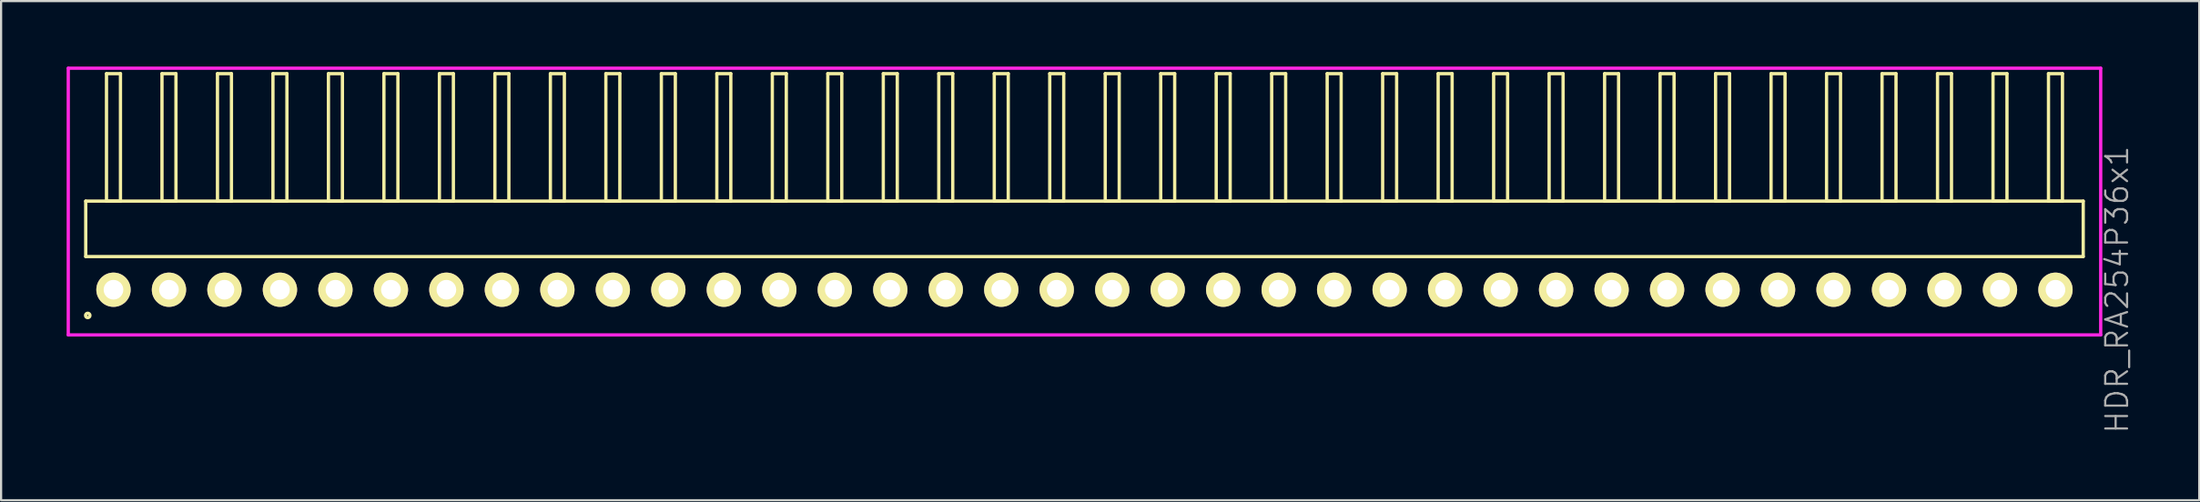
<source format=kicad_pcb>
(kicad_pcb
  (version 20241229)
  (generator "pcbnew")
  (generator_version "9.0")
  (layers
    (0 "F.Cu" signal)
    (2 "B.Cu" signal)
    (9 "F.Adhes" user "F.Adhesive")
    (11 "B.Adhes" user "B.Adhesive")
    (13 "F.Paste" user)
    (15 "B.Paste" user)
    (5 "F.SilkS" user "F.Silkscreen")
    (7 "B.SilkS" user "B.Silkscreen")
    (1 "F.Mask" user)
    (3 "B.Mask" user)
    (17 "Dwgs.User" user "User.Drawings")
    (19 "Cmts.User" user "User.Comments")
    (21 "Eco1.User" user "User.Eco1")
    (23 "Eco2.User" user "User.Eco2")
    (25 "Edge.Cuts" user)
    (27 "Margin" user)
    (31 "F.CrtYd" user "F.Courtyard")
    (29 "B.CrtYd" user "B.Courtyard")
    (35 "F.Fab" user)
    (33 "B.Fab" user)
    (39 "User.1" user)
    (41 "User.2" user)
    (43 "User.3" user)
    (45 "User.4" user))
  (footprint "HDR_RA254P36x1"
    (layer "F.Cu")
    (at 46.595 10.225)
    (property "Reference" "HDR_RA254P36x1" (at 47.27 0 90) (layer "F.Fab") (effects (font (size 1 1) (thickness 0.1))))
    (attr through_hole)
    (fp_line (start -45.72 -4.06) (end -45.72 -1.52) (stroke (width 0.15) (type solid)) (layer "F.SilkS"))
    (fp_line (start -45.72 -1.52) (end 45.72 -1.52) (stroke (width 0.15) (type solid)) (layer "F.SilkS"))
    (fp_line (start -44.77 -9.9) (end -44.77 -4.06) (stroke (width 0.15) (type solid)) (layer "F.SilkS"))
    (fp_line (start -44.77 -4.06) (end -44.13 -4.06) (stroke (width 0.15) (type solid)) (layer "F.SilkS"))
    (fp_line (start -44.13 -9.9) (end -44.77 -9.9) (stroke (width 0.15) (type solid)) (layer "F.SilkS"))
    (fp_line (start -44.13 -4.06) (end -44.13 -9.9) (stroke (width 0.15) (type solid)) (layer "F.SilkS"))
    (fp_line (start -42.23 -9.9) (end -42.23 -4.06) (stroke (width 0.15) (type solid)) (layer "F.SilkS"))
    (fp_line (start -42.23 -4.06) (end -41.59 -4.06) (stroke (width 0.15) (type solid)) (layer "F.SilkS"))
    (fp_line (start -41.59 -9.9) (end -42.23 -9.9) (stroke (width 0.15) (type solid)) (layer "F.SilkS"))
    (fp_line (start -41.59 -4.06) (end -41.59 -9.9) (stroke (width 0.15) (type solid)) (layer "F.SilkS"))
    (fp_line (start -39.69 -9.9) (end -39.69 -4.06) (stroke (width 0.15) (type solid)) (layer "F.SilkS"))
    (fp_line (start -39.69 -4.06) (end -39.05 -4.06) (stroke (width 0.15) (type solid)) (layer "F.SilkS"))
    (fp_line (start -39.05 -9.9) (end -39.69 -9.9) (stroke (width 0.15) (type solid)) (layer "F.SilkS"))
    (fp_line (start -39.05 -4.06) (end -39.05 -9.9) (stroke (width 0.15) (type solid)) (layer "F.SilkS"))
    (fp_line (start -37.15 -9.9) (end -37.15 -4.06) (stroke (width 0.15) (type solid)) (layer "F.SilkS"))
    (fp_line (start -37.15 -4.06) (end -36.51 -4.06) (stroke (width 0.15) (type solid)) (layer "F.SilkS"))
    (fp_line (start -36.51 -9.9) (end -37.15 -9.9) (stroke (width 0.15) (type solid)) (layer "F.SilkS"))
    (fp_line (start -36.51 -4.06) (end -36.51 -9.9) (stroke (width 0.15) (type solid)) (layer "F.SilkS"))
    (fp_line (start -34.61 -9.9) (end -34.61 -4.06) (stroke (width 0.15) (type solid)) (layer "F.SilkS"))
    (fp_line (start -34.61 -4.06) (end -33.97 -4.06) (stroke (width 0.15) (type solid)) (layer "F.SilkS"))
    (fp_line (start -33.97 -9.9) (end -34.61 -9.9) (stroke (width 0.15) (type solid)) (layer "F.SilkS"))
    (fp_line (start -33.97 -4.06) (end -33.97 -9.9) (stroke (width 0.15) (type solid)) (layer "F.SilkS"))
    (fp_line (start -32.07 -9.9) (end -32.07 -4.06) (stroke (width 0.15) (type solid)) (layer "F.SilkS"))
    (fp_line (start -32.07 -4.06) (end -31.43 -4.06) (stroke (width 0.15) (type solid)) (layer "F.SilkS"))
    (fp_line (start -31.43 -9.9) (end -32.07 -9.9) (stroke (width 0.15) (type solid)) (layer "F.SilkS"))
    (fp_line (start -31.43 -4.06) (end -31.43 -9.9) (stroke (width 0.15) (type solid)) (layer "F.SilkS"))
    (fp_line (start -29.53 -9.9) (end -29.53 -4.06) (stroke (width 0.15) (type solid)) (layer "F.SilkS"))
    (fp_line (start -29.53 -4.06) (end -28.89 -4.06) (stroke (width 0.15) (type solid)) (layer "F.SilkS"))
    (fp_line (start -28.89 -9.9) (end -29.53 -9.9) (stroke (width 0.15) (type solid)) (layer "F.SilkS"))
    (fp_line (start -28.89 -4.06) (end -28.89 -9.9) (stroke (width 0.15) (type solid)) (layer "F.SilkS"))
    (fp_line (start -26.99 -9.9) (end -26.99 -4.06) (stroke (width 0.15) (type solid)) (layer "F.SilkS"))
    (fp_line (start -26.99 -4.06) (end -26.35 -4.06) (stroke (width 0.15) (type solid)) (layer "F.SilkS"))
    (fp_line (start -26.35 -9.9) (end -26.99 -9.9) (stroke (width 0.15) (type solid)) (layer "F.SilkS"))
    (fp_line (start -26.35 -4.06) (end -26.35 -9.9) (stroke (width 0.15) (type solid)) (layer "F.SilkS"))
    (fp_line (start -24.45 -9.9) (end -24.45 -4.06) (stroke (width 0.15) (type solid)) (layer "F.SilkS"))
    (fp_line (start -24.45 -4.06) (end -23.81 -4.06) (stroke (width 0.15) (type solid)) (layer "F.SilkS"))
    (fp_line (start -23.81 -9.9) (end -24.45 -9.9) (stroke (width 0.15) (type solid)) (layer "F.SilkS"))
    (fp_line (start -23.81 -4.06) (end -23.81 -9.9) (stroke (width 0.15) (type solid)) (layer "F.SilkS"))
    (fp_line (start -21.91 -9.9) (end -21.91 -4.06) (stroke (width 0.15) (type solid)) (layer "F.SilkS"))
    (fp_line (start -21.91 -4.06) (end -21.27 -4.06) (stroke (width 0.15) (type solid)) (layer "F.SilkS"))
    (fp_line (start -21.27 -9.9) (end -21.91 -9.9) (stroke (width 0.15) (type solid)) (layer "F.SilkS"))
    (fp_line (start -21.27 -4.06) (end -21.27 -9.9) (stroke (width 0.15) (type solid)) (layer "F.SilkS"))
    (fp_line (start -19.37 -9.9) (end -19.37 -4.06) (stroke (width 0.15) (type solid)) (layer "F.SilkS"))
    (fp_line (start -19.37 -4.06) (end -18.73 -4.06) (stroke (width 0.15) (type solid)) (layer "F.SilkS"))
    (fp_line (start -18.73 -9.9) (end -19.37 -9.9) (stroke (width 0.15) (type solid)) (layer "F.SilkS"))
    (fp_line (start -18.73 -4.06) (end -18.73 -9.9) (stroke (width 0.15) (type solid)) (layer "F.SilkS"))
    (fp_line (start -16.83 -9.9) (end -16.83 -4.06) (stroke (width 0.15) (type solid)) (layer "F.SilkS"))
    (fp_line (start -16.83 -4.06) (end -16.19 -4.06) (stroke (width 0.15) (type solid)) (layer "F.SilkS"))
    (fp_line (start -16.19 -9.9) (end -16.83 -9.9) (stroke (width 0.15) (type solid)) (layer "F.SilkS"))
    (fp_line (start -16.19 -4.06) (end -16.19 -9.9) (stroke (width 0.15) (type solid)) (layer "F.SilkS"))
    (fp_line (start -14.29 -9.9) (end -14.29 -4.06) (stroke (width 0.15) (type solid)) (layer "F.SilkS"))
    (fp_line (start -14.29 -4.06) (end -13.65 -4.06) (stroke (width 0.15) (type solid)) (layer "F.SilkS"))
    (fp_line (start -13.65 -9.9) (end -14.29 -9.9) (stroke (width 0.15) (type solid)) (layer "F.SilkS"))
    (fp_line (start -13.65 -4.06) (end -13.65 -9.9) (stroke (width 0.15) (type solid)) (layer "F.SilkS"))
    (fp_line (start -11.75 -9.9) (end -11.75 -4.06) (stroke (width 0.15) (type solid)) (layer "F.SilkS"))
    (fp_line (start -11.75 -4.06) (end -11.11 -4.06) (stroke (width 0.15) (type solid)) (layer "F.SilkS"))
    (fp_line (start -11.11 -9.9) (end -11.75 -9.9) (stroke (width 0.15) (type solid)) (layer "F.SilkS"))
    (fp_line (start -11.11 -4.06) (end -11.11 -9.9) (stroke (width 0.15) (type solid)) (layer "F.SilkS"))
    (fp_line (start -9.21 -9.9) (end -9.21 -4.06) (stroke (width 0.15) (type solid)) (layer "F.SilkS"))
    (fp_line (start -9.21 -4.06) (end -8.57 -4.06) (stroke (width 0.15) (type solid)) (layer "F.SilkS"))
    (fp_line (start -8.57 -9.9) (end -9.21 -9.9) (stroke (width 0.15) (type solid)) (layer "F.SilkS"))
    (fp_line (start -8.57 -4.06) (end -8.57 -9.9) (stroke (width 0.15) (type solid)) (layer "F.SilkS"))
    (fp_line (start -6.67 -9.9) (end -6.67 -4.06) (stroke (width 0.15) (type solid)) (layer "F.SilkS"))
    (fp_line (start -6.67 -4.06) (end -6.03 -4.06) (stroke (width 0.15) (type solid)) (layer "F.SilkS"))
    (fp_line (start -6.03 -9.9) (end -6.67 -9.9) (stroke (width 0.15) (type solid)) (layer "F.SilkS"))
    (fp_line (start -6.03 -4.06) (end -6.03 -9.9) (stroke (width 0.15) (type solid)) (layer "F.SilkS"))
    (fp_line (start -4.13 -9.9) (end -4.13 -4.06) (stroke (width 0.15) (type solid)) (layer "F.SilkS"))
    (fp_line (start -4.13 -4.06) (end -3.49 -4.06) (stroke (width 0.15) (type solid)) (layer "F.SilkS"))
    (fp_line (start -3.49 -9.9) (end -4.13 -9.9) (stroke (width 0.15) (type solid)) (layer "F.SilkS"))
    (fp_line (start -3.49 -4.06) (end -3.49 -9.9) (stroke (width 0.15) (type solid)) (layer "F.SilkS"))
    (fp_line (start -1.59 -9.9) (end -1.59 -4.06) (stroke (width 0.15) (type solid)) (layer "F.SilkS"))
    (fp_line (start -1.59 -4.06) (end -0.95 -4.06) (stroke (width 0.15) (type solid)) (layer "F.SilkS"))
    (fp_line (start -0.95 -9.9) (end -1.59 -9.9) (stroke (width 0.15) (type solid)) (layer "F.SilkS"))
    (fp_line (start -0.95 -4.06) (end -0.95 -9.9) (stroke (width 0.15) (type solid)) (layer "F.SilkS"))
    (fp_line (start 0.95 -9.9) (end 0.95 -4.06) (stroke (width 0.15) (type solid)) (layer "F.SilkS"))
    (fp_line (start 0.95 -4.06) (end 1.59 -4.06) (stroke (width 0.15) (type solid)) (layer "F.SilkS"))
    (fp_line (start 1.59 -9.9) (end 0.95 -9.9) (stroke (width 0.15) (type solid)) (layer "F.SilkS"))
    (fp_line (start 1.59 -4.06) (end 1.59 -9.9) (stroke (width 0.15) (type solid)) (layer "F.SilkS"))
    (fp_line (start 3.49 -9.9) (end 3.49 -4.06) (stroke (width 0.15) (type solid)) (layer "F.SilkS"))
    (fp_line (start 3.49 -4.06) (end 4.13 -4.06) (stroke (width 0.15) (type solid)) (layer "F.SilkS"))
    (fp_line (start 4.13 -9.9) (end 3.49 -9.9) (stroke (width 0.15) (type solid)) (layer "F.SilkS"))
    (fp_line (start 4.13 -4.06) (end 4.13 -9.9) (stroke (width 0.15) (type solid)) (layer "F.SilkS"))
    (fp_line (start 6.03 -9.9) (end 6.03 -4.06) (stroke (width 0.15) (type solid)) (layer "F.SilkS"))
    (fp_line (start 6.03 -4.06) (end 6.67 -4.06) (stroke (width 0.15) (type solid)) (layer "F.SilkS"))
    (fp_line (start 6.67 -9.9) (end 6.03 -9.9) (stroke (width 0.15) (type solid)) (layer "F.SilkS"))
    (fp_line (start 6.67 -4.06) (end 6.67 -9.9) (stroke (width 0.15) (type solid)) (layer "F.SilkS"))
    (fp_line (start 8.57 -9.9) (end 8.57 -4.06) (stroke (width 0.15) (type solid)) (layer "F.SilkS"))
    (fp_line (start 8.57 -4.06) (end 9.21 -4.06) (stroke (width 0.15) (type solid)) (layer "F.SilkS"))
    (fp_line (start 9.21 -9.9) (end 8.57 -9.9) (stroke (width 0.15) (type solid)) (layer "F.SilkS"))
    (fp_line (start 9.21 -4.06) (end 9.21 -9.9) (stroke (width 0.15) (type solid)) (layer "F.SilkS"))
    (fp_line (start 11.11 -9.9) (end 11.11 -4.06) (stroke (width 0.15) (type solid)) (layer "F.SilkS"))
    (fp_line (start 11.11 -4.06) (end 11.75 -4.06) (stroke (width 0.15) (type solid)) (layer "F.SilkS"))
    (fp_line (start 11.75 -9.9) (end 11.11 -9.9) (stroke (width 0.15) (type solid)) (layer "F.SilkS"))
    (fp_line (start 11.75 -4.06) (end 11.75 -9.9) (stroke (width 0.15) (type solid)) (layer "F.SilkS"))
    (fp_line (start 13.65 -9.9) (end 13.65 -4.06) (stroke (width 0.15) (type solid)) (layer "F.SilkS"))
    (fp_line (start 13.65 -4.06) (end 14.29 -4.06) (stroke (width 0.15) (type solid)) (layer "F.SilkS"))
    (fp_line (start 14.29 -9.9) (end 13.65 -9.9) (stroke (width 0.15) (type solid)) (layer "F.SilkS"))
    (fp_line (start 14.29 -4.06) (end 14.29 -9.9) (stroke (width 0.15) (type solid)) (layer "F.SilkS"))
    (fp_line (start 16.19 -9.9) (end 16.19 -4.06) (stroke (width 0.15) (type solid)) (layer "F.SilkS"))
    (fp_line (start 16.19 -4.06) (end 16.83 -4.06) (stroke (width 0.15) (type solid)) (layer "F.SilkS"))
    (fp_line (start 16.83 -9.9) (end 16.19 -9.9) (stroke (width 0.15) (type solid)) (layer "F.SilkS"))
    (fp_line (start 16.83 -4.06) (end 16.83 -9.9) (stroke (width 0.15) (type solid)) (layer "F.SilkS"))
    (fp_line (start 18.73 -9.9) (end 18.73 -4.06) (stroke (width 0.15) (type solid)) (layer "F.SilkS"))
    (fp_line (start 18.73 -4.06) (end 19.37 -4.06) (stroke (width 0.15) (type solid)) (layer "F.SilkS"))
    (fp_line (start 19.37 -9.9) (end 18.73 -9.9) (stroke (width 0.15) (type solid)) (layer "F.SilkS"))
    (fp_line (start 19.37 -4.06) (end 19.37 -9.9) (stroke (width 0.15) (type solid)) (layer "F.SilkS"))
    (fp_line (start 21.27 -9.9) (end 21.27 -4.06) (stroke (width 0.15) (type solid)) (layer "F.SilkS"))
    (fp_line (start 21.27 -4.06) (end 21.91 -4.06) (stroke (width 0.15) (type solid)) (layer "F.SilkS"))
    (fp_line (start 21.91 -9.9) (end 21.27 -9.9) (stroke (width 0.15) (type solid)) (layer "F.SilkS"))
    (fp_line (start 21.91 -4.06) (end 21.91 -9.9) (stroke (width 0.15) (type solid)) (layer "F.SilkS"))
    (fp_line (start 23.81 -9.9) (end 23.81 -4.06) (stroke (width 0.15) (type solid)) (layer "F.SilkS"))
    (fp_line (start 23.81 -4.06) (end 24.45 -4.06) (stroke (width 0.15) (type solid)) (layer "F.SilkS"))
    (fp_line (start 24.45 -9.9) (end 23.81 -9.9) (stroke (width 0.15) (type solid)) (layer "F.SilkS"))
    (fp_line (start 24.45 -4.06) (end 24.45 -9.9) (stroke (width 0.15) (type solid)) (layer "F.SilkS"))
    (fp_line (start 26.35 -9.9) (end 26.35 -4.06) (stroke (width 0.15) (type solid)) (layer "F.SilkS"))
    (fp_line (start 26.35 -4.06) (end 26.99 -4.06) (stroke (width 0.15) (type solid)) (layer "F.SilkS"))
    (fp_line (start 26.99 -9.9) (end 26.35 -9.9) (stroke (width 0.15) (type solid)) (layer "F.SilkS"))
    (fp_line (start 26.99 -4.06) (end 26.99 -9.9) (stroke (width 0.15) (type solid)) (layer "F.SilkS"))
    (fp_line (start 28.89 -9.9) (end 28.89 -4.06) (stroke (width 0.15) (type solid)) (layer "F.SilkS"))
    (fp_line (start 28.89 -4.06) (end 29.53 -4.06) (stroke (width 0.15) (type solid)) (layer "F.SilkS"))
    (fp_line (start 29.53 -9.9) (end 28.89 -9.9) (stroke (width 0.15) (type solid)) (layer "F.SilkS"))
    (fp_line (start 29.53 -4.06) (end 29.53 -9.9) (stroke (width 0.15) (type solid)) (layer "F.SilkS"))
    (fp_line (start 31.43 -9.9) (end 31.43 -4.06) (stroke (width 0.15) (type solid)) (layer "F.SilkS"))
    (fp_line (start 31.43 -4.06) (end 32.07 -4.06) (stroke (width 0.15) (type solid)) (layer "F.SilkS"))
    (fp_line (start 32.07 -9.9) (end 31.43 -9.9) (stroke (width 0.15) (type solid)) (layer "F.SilkS"))
    (fp_line (start 32.07 -4.06) (end 32.07 -9.9) (stroke (width 0.15) (type solid)) (layer "F.SilkS"))
    (fp_line (start 33.97 -9.9) (end 33.97 -4.06) (stroke (width 0.15) (type solid)) (layer "F.SilkS"))
    (fp_line (start 33.97 -4.06) (end 34.61 -4.06) (stroke (width 0.15) (type solid)) (layer "F.SilkS"))
    (fp_line (start 34.61 -9.9) (end 33.97 -9.9) (stroke (width 0.15) (type solid)) (layer "F.SilkS"))
    (fp_line (start 34.61 -4.06) (end 34.61 -9.9) (stroke (width 0.15) (type solid)) (layer "F.SilkS"))
    (fp_line (start 36.51 -9.9) (end 36.51 -4.06) (stroke (width 0.15) (type solid)) (layer "F.SilkS"))
    (fp_line (start 36.51 -4.06) (end 37.15 -4.06) (stroke (width 0.15) (type solid)) (layer "F.SilkS"))
    (fp_line (start 37.15 -9.9) (end 36.51 -9.9) (stroke (width 0.15) (type solid)) (layer "F.SilkS"))
    (fp_line (start 37.15 -4.06) (end 37.15 -9.9) (stroke (width 0.15) (type solid)) (layer "F.SilkS"))
    (fp_line (start 39.05 -9.9) (end 39.05 -4.06) (stroke (width 0.15) (type solid)) (layer "F.SilkS"))
    (fp_line (start 39.05 -4.06) (end 39.69 -4.06) (stroke (width 0.15) (type solid)) (layer "F.SilkS"))
    (fp_line (start 39.69 -9.9) (end 39.05 -9.9) (stroke (width 0.15) (type solid)) (layer "F.SilkS"))
    (fp_line (start 39.69 -4.06) (end 39.69 -9.9) (stroke (width 0.15) (type solid)) (layer "F.SilkS"))
    (fp_line (start 41.59 -9.9) (end 41.59 -4.06) (stroke (width 0.15) (type solid)) (layer "F.SilkS"))
    (fp_line (start 41.59 -4.06) (end 42.23 -4.06) (stroke (width 0.15) (type solid)) (layer "F.SilkS"))
    (fp_line (start 42.23 -9.9) (end 41.59 -9.9) (stroke (width 0.15) (type solid)) (layer "F.SilkS"))
    (fp_line (start 42.23 -4.06) (end 42.23 -9.9) (stroke (width 0.15) (type solid)) (layer "F.SilkS"))
    (fp_line (start 44.13 -9.9) (end 44.13 -4.06) (stroke (width 0.15) (type solid)) (layer "F.SilkS"))
    (fp_line (start 44.13 -4.06) (end 44.77 -4.06) (stroke (width 0.15) (type solid)) (layer "F.SilkS"))
    (fp_line (start 44.77 -9.9) (end 44.13 -9.9) (stroke (width 0.15) (type solid)) (layer "F.SilkS"))
    (fp_line (start 44.77 -4.06) (end 44.77 -9.9) (stroke (width 0.15) (type solid)) (layer "F.SilkS"))
    (fp_line (start 45.72 -4.06) (end -45.72 -4.06) (stroke (width 0.15) (type solid)) (layer "F.SilkS"))
    (fp_line (start 45.72 -1.52) (end 45.72 -4.06) (stroke (width 0.15) (type solid)) (layer "F.SilkS"))
    (fp_circle (center -45.628 1.178) (end -45.527 1.178) (stroke (width 0.15) (type solid)) (fill no) (layer "F.SilkS"))
    (fp_line (start -46.52 -10.15) (end -46.52 2.07) (stroke (width 0.15) (type solid)) (layer "F.CrtYd"))
    (fp_line (start -46.52 2.07) (end 46.52 2.07) (stroke (width 0.15) (type solid)) (layer "F.CrtYd"))
    (fp_line (start 46.52 -10.15) (end -46.52 -10.15) (stroke (width 0.15) (type solid)) (layer "F.CrtYd"))
    (fp_line (start 46.52 2.07) (end 46.52 -10.15) (stroke (width 0.15) (type solid)) (layer "F.CrtYd"))
    (pad "1" thru_hole oval (at -44.45 0) (size 1.57 1.57) (drill 0.9) (layers "*.Cu" "*.Mask" "F.SilkS"))
    (pad "2" thru_hole oval (at -41.91 0) (size 1.57 1.57) (drill 0.9) (layers "*.Cu" "*.Mask" "F.SilkS"))
    (pad "3" thru_hole oval (at -39.37 0) (size 1.57 1.57) (drill 0.9) (layers "*.Cu" "*.Mask" "F.SilkS"))
    (pad "4" thru_hole oval (at -36.83 0) (size 1.57 1.57) (drill 0.9) (layers "*.Cu" "*.Mask" "F.SilkS"))
    (pad "5" thru_hole oval (at -34.29 0) (size 1.57 1.57) (drill 0.9) (layers "*.Cu" "*.Mask" "F.SilkS"))
    (pad "6" thru_hole oval (at -31.75 0) (size 1.57 1.57) (drill 0.9) (layers "*.Cu" "*.Mask" "F.SilkS"))
    (pad "7" thru_hole oval (at -29.21 0) (size 1.57 1.57) (drill 0.9) (layers "*.Cu" "*.Mask" "F.SilkS"))
    (pad "8" thru_hole oval (at -26.67 0) (size 1.57 1.57) (drill 0.9) (layers "*.Cu" "*.Mask" "F.SilkS"))
    (pad "9" thru_hole oval (at -24.13 0) (size 1.57 1.57) (drill 0.9) (layers "*.Cu" "*.Mask" "F.SilkS"))
    (pad "10" thru_hole oval (at -21.59 0) (size 1.57 1.57) (drill 0.9) (layers "*.Cu" "*.Mask" "F.SilkS"))
    (pad "11" thru_hole oval (at -19.05 0) (size 1.57 1.57) (drill 0.9) (layers "*.Cu" "*.Mask" "F.SilkS"))
    (pad "12" thru_hole oval (at -16.51 0) (size 1.57 1.57) (drill 0.9) (layers "*.Cu" "*.Mask" "F.SilkS"))
    (pad "13" thru_hole oval (at -13.97 0) (size 1.57 1.57) (drill 0.9) (layers "*.Cu" "*.Mask" "F.SilkS"))
    (pad "14" thru_hole oval (at -11.43 0) (size 1.57 1.57) (drill 0.9) (layers "*.Cu" "*.Mask" "F.SilkS"))
    (pad "15" thru_hole oval (at -8.89 0) (size 1.57 1.57) (drill 0.9) (layers "*.Cu" "*.Mask" "F.SilkS"))
    (pad "16" thru_hole oval (at -6.35 0) (size 1.57 1.57) (drill 0.9) (layers "*.Cu" "*.Mask" "F.SilkS"))
    (pad "17" thru_hole oval (at -3.81 0) (size 1.57 1.57) (drill 0.9) (layers "*.Cu" "*.Mask" "F.SilkS"))
    (pad "18" thru_hole oval (at -1.27 0) (size 1.57 1.57) (drill 0.9) (layers "*.Cu" "*.Mask" "F.SilkS"))
    (pad "19" thru_hole oval (at 1.27 0) (size 1.57 1.57) (drill 0.9) (layers "*.Cu" "*.Mask" "F.SilkS"))
    (pad "20" thru_hole oval (at 3.81 0) (size 1.57 1.57) (drill 0.9) (layers "*.Cu" "*.Mask" "F.SilkS"))
    (pad "21" thru_hole oval (at 6.35 0) (size 1.57 1.57) (drill 0.9) (layers "*.Cu" "*.Mask" "F.SilkS"))
    (pad "22" thru_hole oval (at 8.89 0) (size 1.57 1.57) (drill 0.9) (layers "*.Cu" "*.Mask" "F.SilkS"))
    (pad "23" thru_hole oval (at 11.43 0) (size 1.57 1.57) (drill 0.9) (layers "*.Cu" "*.Mask" "F.SilkS"))
    (pad "24" thru_hole oval (at 13.97 0) (size 1.57 1.57) (drill 0.9) (layers "*.Cu" "*.Mask" "F.SilkS"))
    (pad "25" thru_hole oval (at 16.51 0) (size 1.57 1.57) (drill 0.9) (layers "*.Cu" "*.Mask" "F.SilkS"))
    (pad "26" thru_hole oval (at 19.05 0) (size 1.57 1.57) (drill 0.9) (layers "*.Cu" "*.Mask" "F.SilkS"))
    (pad "27" thru_hole oval (at 21.59 0) (size 1.57 1.57) (drill 0.9) (layers "*.Cu" "*.Mask" "F.SilkS"))
    (pad "28" thru_hole oval (at 24.13 0) (size 1.57 1.57) (drill 0.9) (layers "*.Cu" "*.Mask" "F.SilkS"))
    (pad "29" thru_hole oval (at 26.67 0) (size 1.57 1.57) (drill 0.9) (layers "*.Cu" "*.Mask" "F.SilkS"))
    (pad "30" thru_hole oval (at 29.21 0) (size 1.57 1.57) (drill 0.9) (layers "*.Cu" "*.Mask" "F.SilkS"))
    (pad "31" thru_hole oval (at 31.75 0) (size 1.57 1.57) (drill 0.9) (layers "*.Cu" "*.Mask" "F.SilkS"))
    (pad "32" thru_hole oval (at 34.29 0) (size 1.57 1.57) (drill 0.9) (layers "*.Cu" "*.Mask" "F.SilkS"))
    (pad "33" thru_hole oval (at 36.83 0) (size 1.57 1.57) (drill 0.9) (layers "*.Cu" "*.Mask" "F.SilkS"))
    (pad "34" thru_hole oval (at 39.37 0) (size 1.57 1.57) (drill 0.9) (layers "*.Cu" "*.Mask" "F.SilkS"))
    (pad "35" thru_hole oval (at 41.91 0) (size 1.57 1.57) (drill 0.9) (layers "*.Cu" "*.Mask" "F.SilkS"))
    (pad "36" thru_hole oval (at 44.45 0) (size 1.57 1.57) (drill 0.9) (layers "*.Cu" "*.Mask" "F.SilkS")))
  (gr_rect
    (start -3 -3)
    (end 97.626 19.87)
    (stroke (width 0.1) (type default))
    (fill no)
    (layer "Edge.Cuts")))
</source>
